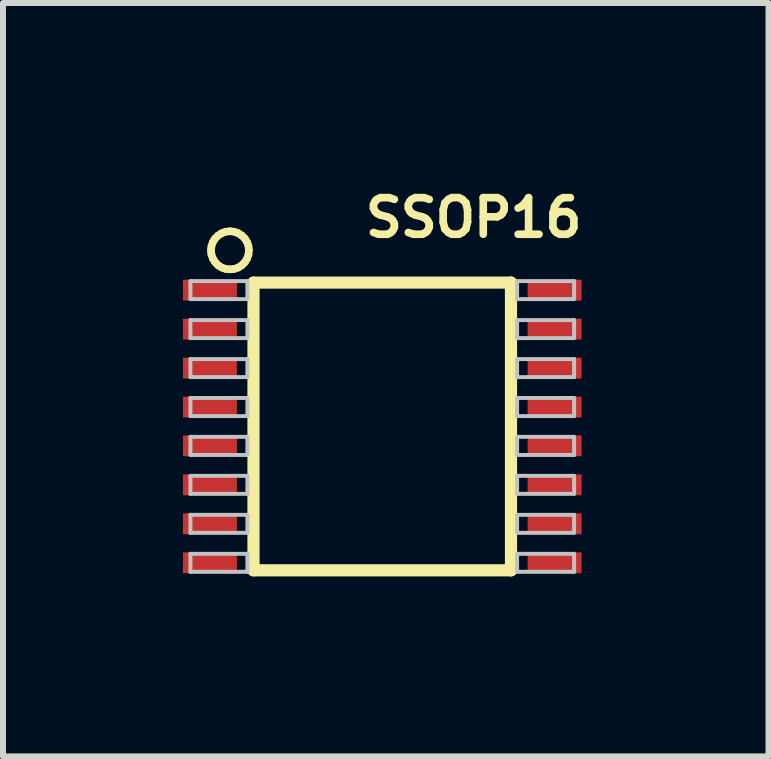
<source format=kicad_pcb>
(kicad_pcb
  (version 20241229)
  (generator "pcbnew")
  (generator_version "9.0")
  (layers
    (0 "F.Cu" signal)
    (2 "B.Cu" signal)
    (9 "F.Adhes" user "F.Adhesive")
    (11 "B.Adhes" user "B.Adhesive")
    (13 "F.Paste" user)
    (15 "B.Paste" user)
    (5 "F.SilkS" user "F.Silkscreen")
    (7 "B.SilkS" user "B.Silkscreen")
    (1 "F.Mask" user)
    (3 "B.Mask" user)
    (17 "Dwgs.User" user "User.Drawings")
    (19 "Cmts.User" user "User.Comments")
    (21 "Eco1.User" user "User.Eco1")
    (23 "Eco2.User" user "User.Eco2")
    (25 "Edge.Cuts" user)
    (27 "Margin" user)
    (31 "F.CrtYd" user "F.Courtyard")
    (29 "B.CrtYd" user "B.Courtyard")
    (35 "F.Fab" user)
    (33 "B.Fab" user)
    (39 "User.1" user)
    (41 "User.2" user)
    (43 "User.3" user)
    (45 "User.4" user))
  (footprint "SSOP16"
    (layer "F.Cu")
    (at 3.322 4.059)
    (property "Reference" "SSOP16" (at 1.524 -3.48 0) (layer "F.SilkS") (effects (font (size 0.61 0.61) (thickness 0.127))))
    (attr smd)
    (fp_line (start -2.857 -2.936) (end -2.847 -3.007) (stroke (width 0.127) (type solid)) (layer "F.SilkS"))
    (fp_line (start -2.847 -3.007) (end -2.824 -3.073) (stroke (width 0.127) (type solid)) (layer "F.SilkS"))
    (fp_line (start -2.847 -2.865) (end -2.857 -2.936) (stroke (width 0.127) (type solid)) (layer "F.SilkS"))
    (fp_line (start -2.824 -3.073) (end -2.786 -3.134) (stroke (width 0.127) (type solid)) (layer "F.SilkS"))
    (fp_line (start -2.824 -2.799) (end -2.847 -2.865) (stroke (width 0.127) (type solid)) (layer "F.SilkS"))
    (fp_line (start -2.786 -3.134) (end -2.736 -3.183) (stroke (width 0.127) (type solid)) (layer "F.SilkS"))
    (fp_line (start -2.786 -2.738) (end -2.824 -2.799) (stroke (width 0.127) (type solid)) (layer "F.SilkS"))
    (fp_line (start -2.736 -3.183) (end -2.677 -3.221) (stroke (width 0.127) (type solid)) (layer "F.SilkS"))
    (fp_line (start -2.736 -2.687) (end -2.786 -2.738) (stroke (width 0.127) (type solid)) (layer "F.SilkS"))
    (fp_line (start -2.677 -3.221) (end -2.609 -3.246) (stroke (width 0.127) (type solid)) (layer "F.SilkS"))
    (fp_line (start -2.677 -2.649) (end -2.736 -2.687) (stroke (width 0.127) (type solid)) (layer "F.SilkS"))
    (fp_line (start -2.609 -3.246) (end -2.54 -3.254) (stroke (width 0.127) (type solid)) (layer "F.SilkS"))
    (fp_line (start -2.609 -2.626) (end -2.677 -2.649) (stroke (width 0.127) (type solid)) (layer "F.SilkS"))
    (fp_line (start -2.54 -3.254) (end -2.469 -3.246) (stroke (width 0.127) (type solid)) (layer "F.SilkS"))
    (fp_line (start -2.54 -2.619) (end -2.609 -2.626) (stroke (width 0.127) (type solid)) (layer "F.SilkS"))
    (fp_line (start -2.469 -3.246) (end -2.4 -3.221) (stroke (width 0.127) (type solid)) (layer "F.SilkS"))
    (fp_line (start -2.469 -2.626) (end -2.54 -2.619) (stroke (width 0.127) (type solid)) (layer "F.SilkS"))
    (fp_line (start -2.4 -3.221) (end -2.342 -3.183) (stroke (width 0.127) (type solid)) (layer "F.SilkS"))
    (fp_line (start -2.4 -2.649) (end -2.469 -2.626) (stroke (width 0.127) (type solid)) (layer "F.SilkS"))
    (fp_line (start -2.342 -3.183) (end -2.291 -3.134) (stroke (width 0.127) (type solid)) (layer "F.SilkS"))
    (fp_line (start -2.342 -2.687) (end -2.4 -2.649) (stroke (width 0.127) (type solid)) (layer "F.SilkS"))
    (fp_line (start -2.291 -3.134) (end -2.253 -3.073) (stroke (width 0.127) (type solid)) (layer "F.SilkS"))
    (fp_line (start -2.291 -2.738) (end -2.342 -2.687) (stroke (width 0.127) (type solid)) (layer "F.SilkS"))
    (fp_line (start -2.253 -3.073) (end -2.23 -3.007) (stroke (width 0.127) (type solid)) (layer "F.SilkS"))
    (fp_line (start -2.253 -2.799) (end -2.291 -2.738) (stroke (width 0.127) (type solid)) (layer "F.SilkS"))
    (fp_line (start -2.23 -3.007) (end -2.223 -2.936) (stroke (width 0.127) (type solid)) (layer "F.SilkS"))
    (fp_line (start -2.23 -2.865) (end -2.253 -2.799) (stroke (width 0.127) (type solid)) (layer "F.SilkS"))
    (fp_line (start -2.223 -2.936) (end -2.23 -2.865) (stroke (width 0.127) (type solid)) (layer "F.SilkS"))
    (fp_line (start -2.146 -2.398) (end -2.146 2.398) (stroke (width 0.203) (type solid)) (layer "F.SilkS"))
    (fp_line (start -2.146 2.398) (end 2.146 2.398) (stroke (width 0.203) (type solid)) (layer "F.SilkS"))
    (fp_line (start 2.146 -2.398) (end -2.146 -2.398) (stroke (width 0.203) (type solid)) (layer "F.SilkS"))
    (fp_line (start 2.146 2.398) (end 2.146 -2.398) (stroke (width 0.203) (type solid)) (layer "F.SilkS"))
    (fp_line (start -3.198 -2.423) (end -2.248 -2.423) (stroke (width 0.066) (type solid)) (layer "Dwgs.User"))
    (fp_line (start -3.198 -2.123) (end -3.198 -2.423) (stroke (width 0.066) (type solid)) (layer "Dwgs.User"))
    (fp_line (start -3.198 -2.123) (end -2.248 -2.123) (stroke (width 0.066) (type solid)) (layer "Dwgs.User"))
    (fp_line (start -3.198 -1.773) (end -2.248 -1.773) (stroke (width 0.066) (type solid)) (layer "Dwgs.User"))
    (fp_line (start -3.198 -1.473) (end -3.198 -1.773) (stroke (width 0.066) (type solid)) (layer "Dwgs.User"))
    (fp_line (start -3.198 -1.473) (end -2.248 -1.473) (stroke (width 0.066) (type solid)) (layer "Dwgs.User"))
    (fp_line (start -3.198 -1.123) (end -2.248 -1.123) (stroke (width 0.066) (type solid)) (layer "Dwgs.User"))
    (fp_line (start -3.198 -0.823) (end -3.198 -1.123) (stroke (width 0.066) (type solid)) (layer "Dwgs.User"))
    (fp_line (start -3.198 -0.823) (end -2.248 -0.823) (stroke (width 0.066) (type solid)) (layer "Dwgs.User"))
    (fp_line (start -3.198 -0.475) (end -2.248 -0.475) (stroke (width 0.066) (type solid)) (layer "Dwgs.User"))
    (fp_line (start -3.198 -0.173) (end -3.198 -0.475) (stroke (width 0.066) (type solid)) (layer "Dwgs.User"))
    (fp_line (start -3.198 -0.173) (end -2.248 -0.173) (stroke (width 0.066) (type solid)) (layer "Dwgs.User"))
    (fp_line (start -3.198 0.173) (end -2.248 0.173) (stroke (width 0.066) (type solid)) (layer "Dwgs.User"))
    (fp_line (start -3.198 0.475) (end -3.198 0.173) (stroke (width 0.066) (type solid)) (layer "Dwgs.User"))
    (fp_line (start -3.198 0.475) (end -2.248 0.475) (stroke (width 0.066) (type solid)) (layer "Dwgs.User"))
    (fp_line (start -3.198 0.823) (end -2.248 0.823) (stroke (width 0.066) (type solid)) (layer "Dwgs.User"))
    (fp_line (start -3.198 1.123) (end -3.198 0.823) (stroke (width 0.066) (type solid)) (layer "Dwgs.User"))
    (fp_line (start -3.198 1.123) (end -2.248 1.123) (stroke (width 0.066) (type solid)) (layer "Dwgs.User"))
    (fp_line (start -3.198 1.473) (end -2.248 1.473) (stroke (width 0.066) (type solid)) (layer "Dwgs.User"))
    (fp_line (start -3.198 1.773) (end -3.198 1.473) (stroke (width 0.066) (type solid)) (layer "Dwgs.User"))
    (fp_line (start -3.198 1.773) (end -2.248 1.773) (stroke (width 0.066) (type solid)) (layer "Dwgs.User"))
    (fp_line (start -3.198 2.123) (end -2.248 2.123) (stroke (width 0.066) (type solid)) (layer "Dwgs.User"))
    (fp_line (start -3.198 2.423) (end -3.198 2.123) (stroke (width 0.066) (type solid)) (layer "Dwgs.User"))
    (fp_line (start -3.198 2.423) (end -2.248 2.423) (stroke (width 0.066) (type solid)) (layer "Dwgs.User"))
    (fp_line (start -2.248 -2.123) (end -2.248 -2.423) (stroke (width 0.066) (type solid)) (layer "Dwgs.User"))
    (fp_line (start -2.248 -1.473) (end -2.248 -1.773) (stroke (width 0.066) (type solid)) (layer "Dwgs.User"))
    (fp_line (start -2.248 -0.823) (end -2.248 -1.123) (stroke (width 0.066) (type solid)) (layer "Dwgs.User"))
    (fp_line (start -2.248 -0.173) (end -2.248 -0.475) (stroke (width 0.066) (type solid)) (layer "Dwgs.User"))
    (fp_line (start -2.248 0.475) (end -2.248 0.173) (stroke (width 0.066) (type solid)) (layer "Dwgs.User"))
    (fp_line (start -2.248 1.123) (end -2.248 0.823) (stroke (width 0.066) (type solid)) (layer "Dwgs.User"))
    (fp_line (start -2.248 1.773) (end -2.248 1.473) (stroke (width 0.066) (type solid)) (layer "Dwgs.User"))
    (fp_line (start -2.248 2.423) (end -2.248 2.123) (stroke (width 0.066) (type solid)) (layer "Dwgs.User"))
    (fp_line (start 2.248 -2.423) (end 3.198 -2.423) (stroke (width 0.066) (type solid)) (layer "Dwgs.User"))
    (fp_line (start 2.248 -2.123) (end 2.248 -2.423) (stroke (width 0.066) (type solid)) (layer "Dwgs.User"))
    (fp_line (start 2.248 -2.123) (end 3.198 -2.123) (stroke (width 0.066) (type solid)) (layer "Dwgs.User"))
    (fp_line (start 2.248 -1.773) (end 3.198 -1.773) (stroke (width 0.066) (type solid)) (layer "Dwgs.User"))
    (fp_line (start 2.248 -1.473) (end 2.248 -1.773) (stroke (width 0.066) (type solid)) (layer "Dwgs.User"))
    (fp_line (start 2.248 -1.473) (end 3.198 -1.473) (stroke (width 0.066) (type solid)) (layer "Dwgs.User"))
    (fp_line (start 2.248 -1.123) (end 3.198 -1.123) (stroke (width 0.066) (type solid)) (layer "Dwgs.User"))
    (fp_line (start 2.248 -0.823) (end 2.248 -1.123) (stroke (width 0.066) (type solid)) (layer "Dwgs.User"))
    (fp_line (start 2.248 -0.823) (end 3.198 -0.823) (stroke (width 0.066) (type solid)) (layer "Dwgs.User"))
    (fp_line (start 2.248 -0.475) (end 3.198 -0.475) (stroke (width 0.066) (type solid)) (layer "Dwgs.User"))
    (fp_line (start 2.248 -0.173) (end 2.248 -0.475) (stroke (width 0.066) (type solid)) (layer "Dwgs.User"))
    (fp_line (start 2.248 -0.173) (end 3.198 -0.173) (stroke (width 0.066) (type solid)) (layer "Dwgs.User"))
    (fp_line (start 2.248 0.173) (end 3.198 0.173) (stroke (width 0.066) (type solid)) (layer "Dwgs.User"))
    (fp_line (start 2.248 0.475) (end 2.248 0.173) (stroke (width 0.066) (type solid)) (layer "Dwgs.User"))
    (fp_line (start 2.248 0.475) (end 3.198 0.475) (stroke (width 0.066) (type solid)) (layer "Dwgs.User"))
    (fp_line (start 2.248 0.823) (end 3.198 0.823) (stroke (width 0.066) (type solid)) (layer "Dwgs.User"))
    (fp_line (start 2.248 1.123) (end 2.248 0.823) (stroke (width 0.066) (type solid)) (layer "Dwgs.User"))
    (fp_line (start 2.248 1.123) (end 3.198 1.123) (stroke (width 0.066) (type solid)) (layer "Dwgs.User"))
    (fp_line (start 2.248 1.473) (end 3.198 1.473) (stroke (width 0.066) (type solid)) (layer "Dwgs.User"))
    (fp_line (start 2.248 1.773) (end 2.248 1.473) (stroke (width 0.066) (type solid)) (layer "Dwgs.User"))
    (fp_line (start 2.248 1.773) (end 3.198 1.773) (stroke (width 0.066) (type solid)) (layer "Dwgs.User"))
    (fp_line (start 2.248 2.123) (end 3.198 2.123) (stroke (width 0.066) (type solid)) (layer "Dwgs.User"))
    (fp_line (start 2.248 2.423) (end 2.248 2.123) (stroke (width 0.066) (type solid)) (layer "Dwgs.User"))
    (fp_line (start 2.248 2.423) (end 3.198 2.423) (stroke (width 0.066) (type solid)) (layer "Dwgs.User"))
    (fp_line (start 3.198 -2.123) (end 3.198 -2.423) (stroke (width 0.066) (type solid)) (layer "Dwgs.User"))
    (fp_line (start 3.198 -1.473) (end 3.198 -1.773) (stroke (width 0.066) (type solid)) (layer "Dwgs.User"))
    (fp_line (start 3.198 -0.823) (end 3.198 -1.123) (stroke (width 0.066) (type solid)) (layer "Dwgs.User"))
    (fp_line (start 3.198 -0.173) (end 3.198 -0.475) (stroke (width 0.066) (type solid)) (layer "Dwgs.User"))
    (fp_line (start 3.198 0.475) (end 3.198 0.173) (stroke (width 0.066) (type solid)) (layer "Dwgs.User"))
    (fp_line (start 3.198 1.123) (end 3.198 0.823) (stroke (width 0.066) (type solid)) (layer "Dwgs.User"))
    (fp_line (start 3.198 1.773) (end 3.198 1.473) (stroke (width 0.066) (type solid)) (layer "Dwgs.User"))
    (fp_line (start 3.198 2.423) (end 3.198 2.123) (stroke (width 0.066) (type solid)) (layer "Dwgs.User"))
    (pad "1" smd rect (at -2.873 -2.273) (size 0.899 0.348) (layers "F.Cu" "F.Mask" "F.Paste"))
    (pad "2" smd rect (at -2.873 -1.623) (size 0.899 0.348) (layers "F.Cu" "F.Mask" "F.Paste"))
    (pad "3" smd rect (at -2.873 -0.973) (size 0.899 0.348) (layers "F.Cu" "F.Mask" "F.Paste"))
    (pad "4" smd rect (at -2.873 -0.323) (size 0.899 0.348) (layers "F.Cu" "F.Mask" "F.Paste"))
    (pad "5" smd rect (at -2.873 0.323) (size 0.899 0.348) (layers "F.Cu" "F.Mask" "F.Paste"))
    (pad "6" smd rect (at -2.873 0.973) (size 0.899 0.348) (layers "F.Cu" "F.Mask" "F.Paste"))
    (pad "7" smd rect (at -2.873 1.623) (size 0.899 0.348) (layers "F.Cu" "F.Mask" "F.Paste"))
    (pad "8" smd rect (at -2.873 2.273) (size 0.899 0.348) (layers "F.Cu" "F.Mask" "F.Paste"))
    (pad "9" smd rect (at 2.873 2.273 180) (size 0.899 0.348) (layers "F.Cu" "F.Mask" "F.Paste"))
    (pad "10" smd rect (at 2.873 1.623 180) (size 0.899 0.348) (layers "F.Cu" "F.Mask" "F.Paste"))
    (pad "11" smd rect (at 2.873 0.973 180) (size 0.899 0.348) (layers "F.Cu" "F.Mask" "F.Paste"))
    (pad "12" smd rect (at 2.873 0.323 180) (size 0.899 0.348) (layers "F.Cu" "F.Mask" "F.Paste"))
    (pad "13" smd rect (at 2.873 -0.323 180) (size 0.899 0.348) (layers "F.Cu" "F.Mask" "F.Paste"))
    (pad "14" smd rect (at 2.873 -0.973 180) (size 0.899 0.348) (layers "F.Cu" "F.Mask" "F.Paste"))
    (pad "15" smd rect (at 2.873 -1.623 180) (size 0.899 0.348) (layers "F.Cu" "F.Mask" "F.Paste"))
    (pad "16" smd rect (at 2.873 -2.273 180) (size 0.899 0.348) (layers "F.Cu" "F.Mask" "F.Paste")))
  (gr_rect
    (start -3 -3)
    (end 9.761 9.559)
    (stroke (width 0.1) (type default))
    (fill no)
    (layer "Edge.Cuts")))
</source>
